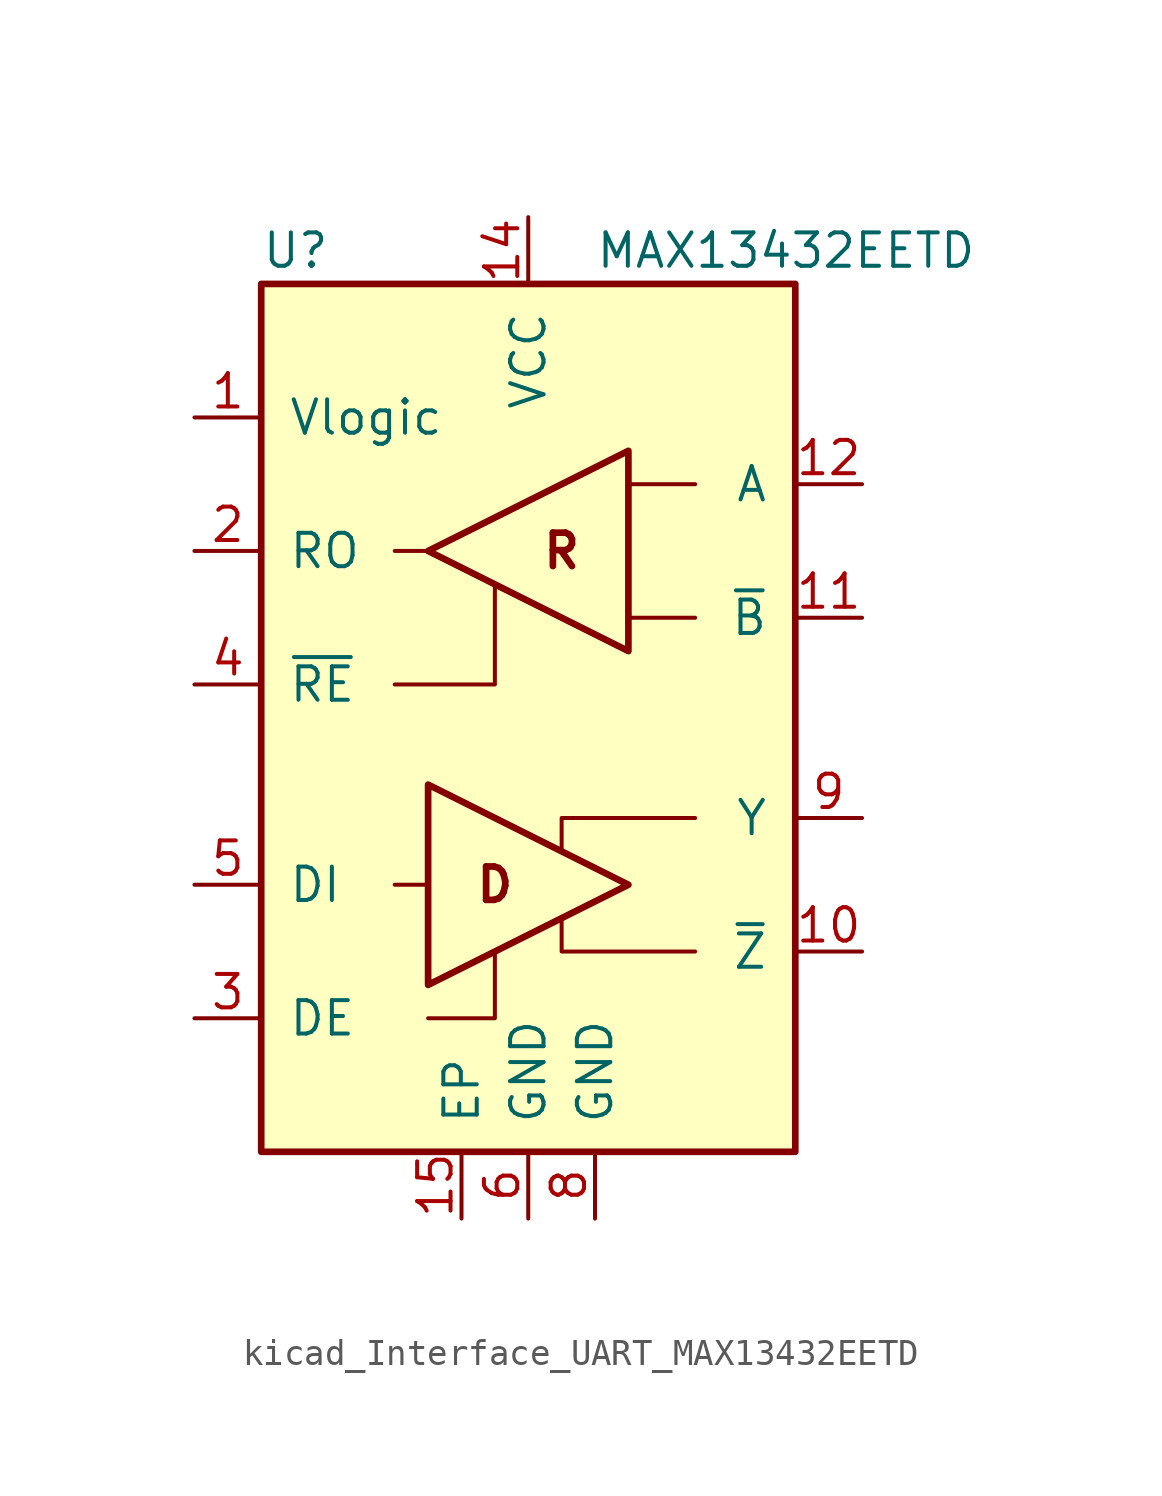
<source format=kicad_sym>
(kicad_symbol_lib
  (version 20220914)
  (generator kicad_symbol_editor)
  (symbol "kicad_Interface_UART_MAX13432EETD"
    (pin_names
      (offset 1.016))
    (property "Reference" "U"
      (at -10.16 19.05 0)
      (effects (font (size 1.27 1.27)) (justify left)))
    (property "Value" "MAX13432EETD"
      (at 2.54 19.05 0)
      (effects (font (size 1.27 1.27)) (justify left)))
    (symbol "kicad_Interface_UART_MAX13432EETD_0_0"
      (text "D" (at -1.27 -5.08 0) (effects (font (size 1.27 1.27) bold)))
      (text "R" (at 1.27 7.62 0) (effects (font (size 1.27 1.27) bold))))
    (symbol "kicad_Interface_UART_MAX13432EETD_0_1"
      (rectangle (start -10.16 -15.24) (end 10.16 17.78) (stroke (width 0.254) (type default)) (fill (type background)))
      (polyline (pts (xy -5.08 -5.08) (xy -3.81 -5.08)) (stroke (width 0) (type default)) (fill (type none)))
      (polyline (pts (xy -3.81 7.62) (xy -5.08 7.62)) (stroke (width 0) (type default)) (fill (type none)))
      (polyline (pts (xy 6.35 5.08) (xy 3.81 5.08) (xy 3.81 5.08)) (stroke (width 0) (type default)) (fill (type none)))
      (polyline (pts (xy 6.35 10.16) (xy 3.81 10.16) (xy 3.81 10.16)) (stroke (width 0) (type default)) (fill (type none)))
      (polyline (pts (xy -3.81 -10.16) (xy -1.27 -10.16) (xy -1.27 -7.62) (xy -1.27 -7.62)) (stroke (width 0) (type default)) (fill (type none)))
      (polyline (pts (xy -1.27 6.35) (xy -1.27 2.54) (xy -2.54 2.54) (xy -5.08 2.54)) (stroke (width 0) (type default)) (fill (type none)))
      (polyline (pts (xy 6.35 -7.62) (xy 1.27 -7.62) (xy 1.27 -6.35) (xy 1.27 -6.35)) (stroke (width 0) (type default)) (fill (type none)))
      (polyline (pts (xy 6.35 -2.54) (xy 1.27 -2.54) (xy 1.27 -3.81) (xy 1.27 -3.81)) (stroke (width 0) (type default)) (fill (type none)))
      (polyline (pts (xy -3.81 -1.27) (xy -3.81 -8.89) (xy 3.81 -5.08) (xy -3.81 -1.27) (xy -3.81 -1.27)) (stroke (width 0.254) (type default)) (fill (type none)))
      (polyline (pts (xy 3.81 11.43) (xy 3.81 3.81) (xy -3.81 7.62) (xy 3.81 11.43) (xy 3.81 11.43)) (stroke (width 0.254) (type default)) (fill (type none))))
    (symbol "kicad_Interface_UART_MAX13432EETD_1_1"
      (pin power_in line (at -12.7 12.7 0) (length 2.54) (name "Vlogic" (effects (font (size 1.27 1.27)))) (number "1" (effects (font (size 1.27 1.27)))))
      (pin output line (at 12.7 -7.62 180) (length 2.54) (name "~{Z}" (effects (font (size 1.27 1.27)))) (number "10" (effects (font (size 1.27 1.27)))))
      (pin input line (at 12.7 5.08 180) (length 2.54) (name "~{B}" (effects (font (size 1.27 1.27)))) (number "11" (effects (font (size 1.27 1.27)))))
      (pin input line (at 12.7 10.16 180) (length 2.54) (name "A" (effects (font (size 1.27 1.27)))) (number "12" (effects (font (size 1.27 1.27)))))
      (pin no_connect line (at 10.16 0 180) (length 2.54) hide (name "NC" (effects (font (size 1.27 1.27)))) (number "13" (effects (font (size 1.27 1.27)))))
      (pin power_in line (at 0 20.32 270) (length 2.54) (name "VCC" (effects (font (size 1.27 1.27)))) (number "14" (effects (font (size 1.27 1.27)))))
      (pin power_in line (at -2.54 -17.78 90) (length 2.54) (name "EP" (effects (font (size 1.27 1.27)))) (number "15" (effects (font (size 1.27 1.27)))))
      (pin output line (at -12.7 7.62 0) (length 2.54) (name "RO" (effects (font (size 1.27 1.27)))) (number "2" (effects (font (size 1.27 1.27)))))
      (pin input line (at -12.7 -10.16 0) (length 2.54) (name "DE" (effects (font (size 1.27 1.27)))) (number "3" (effects (font (size 1.27 1.27)))))
      (pin input line (at -12.7 2.54 0) (length 2.54) (name "~{RE}" (effects (font (size 1.27 1.27)))) (number "4" (effects (font (size 1.27 1.27)))))
      (pin input line (at -12.7 -5.08 0) (length 2.54) (name "DI" (effects (font (size 1.27 1.27)))) (number "5" (effects (font (size 1.27 1.27)))))
      (pin power_in line (at 0 -17.78 90) (length 2.54) (name "GND" (effects (font (size 1.27 1.27)))) (number "6" (effects (font (size 1.27 1.27)))))
      (pin no_connect line (at 10.16 2.54 180) (length 2.54) hide (name "NC" (effects (font (size 1.27 1.27)))) (number "7" (effects (font (size 1.27 1.27)))))
      (pin power_in line (at 2.54 -17.78 90) (length 2.54) (name "GND" (effects (font (size 1.27 1.27)))) (number "8" (effects (font (size 1.27 1.27)))))
      (pin output line (at 12.7 -2.54 180) (length 2.54) (name "Y" (effects (font (size 1.27 1.27)))) (number "9" (effects (font (size 1.27 1.27))))))))
</source>
